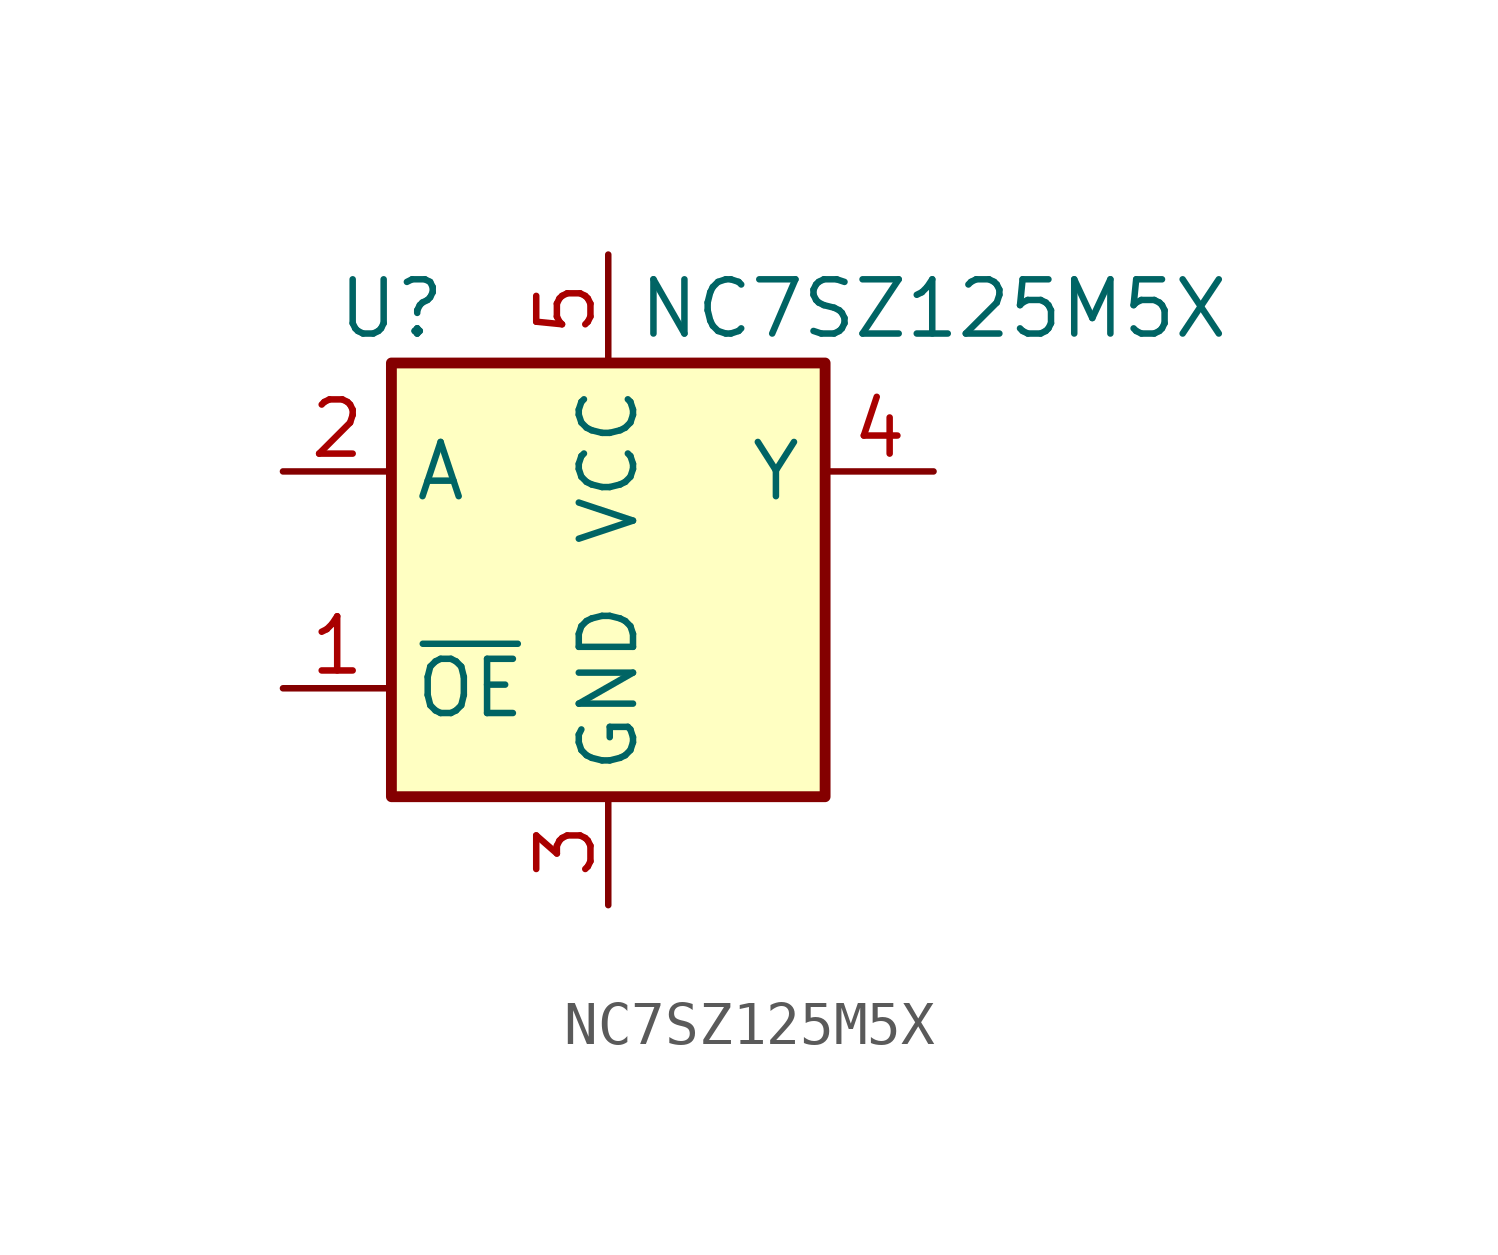
<source format=kicad_sym>
(kicad_symbol_lib
  (version 20211014)
  (generator kicad_symbol_editor)
  (symbol "NC7SZ125M5X"
    (property "Reference" "U"
      (at -5.08 6.35 0)
      (effects (font (size 1.27 1.27))))
    (property "Value" "NC7SZ125M5X"
      (at 7.62 6.35 0)
      (effects (font (size 1.27 1.27))))
    (symbol "NC7SZ125M5X_0_1"
      (rectangle (start -5.08 5.08) (end 5.08 -5.08) (stroke (width 0.254) (type default) (color 0 0 0 0)) (fill (type background))))
    (symbol "NC7SZ125M5X_1_1"
      (pin input line (at -7.62 -2.54 0) (length 2.54) (name "~{OE}" (effects (font (size 1.27 1.27)))) (number "1" (effects (font (size 1.27 1.27)))))
      (pin input line (at -7.62 2.54 0) (length 2.54) (name "A" (effects (font (size 1.27 1.27)))) (number "2" (effects (font (size 1.27 1.27)))))
      (pin power_in line (at 0 -7.62 90) (length 2.54) (name "GND" (effects (font (size 1.27 1.27)))) (number "3" (effects (font (size 1.27 1.27)))))
      (pin output line (at 7.62 2.54 180) (length 2.54) (name "Y" (effects (font (size 1.27 1.27)))) (number "4" (effects (font (size 1.27 1.27)))))
      (pin power_in line (at 0 7.62 270) (length 2.54) (name "VCC" (effects (font (size 1.27 1.27)))) (number "5" (effects (font (size 1.27 1.27))))))))
</source>
